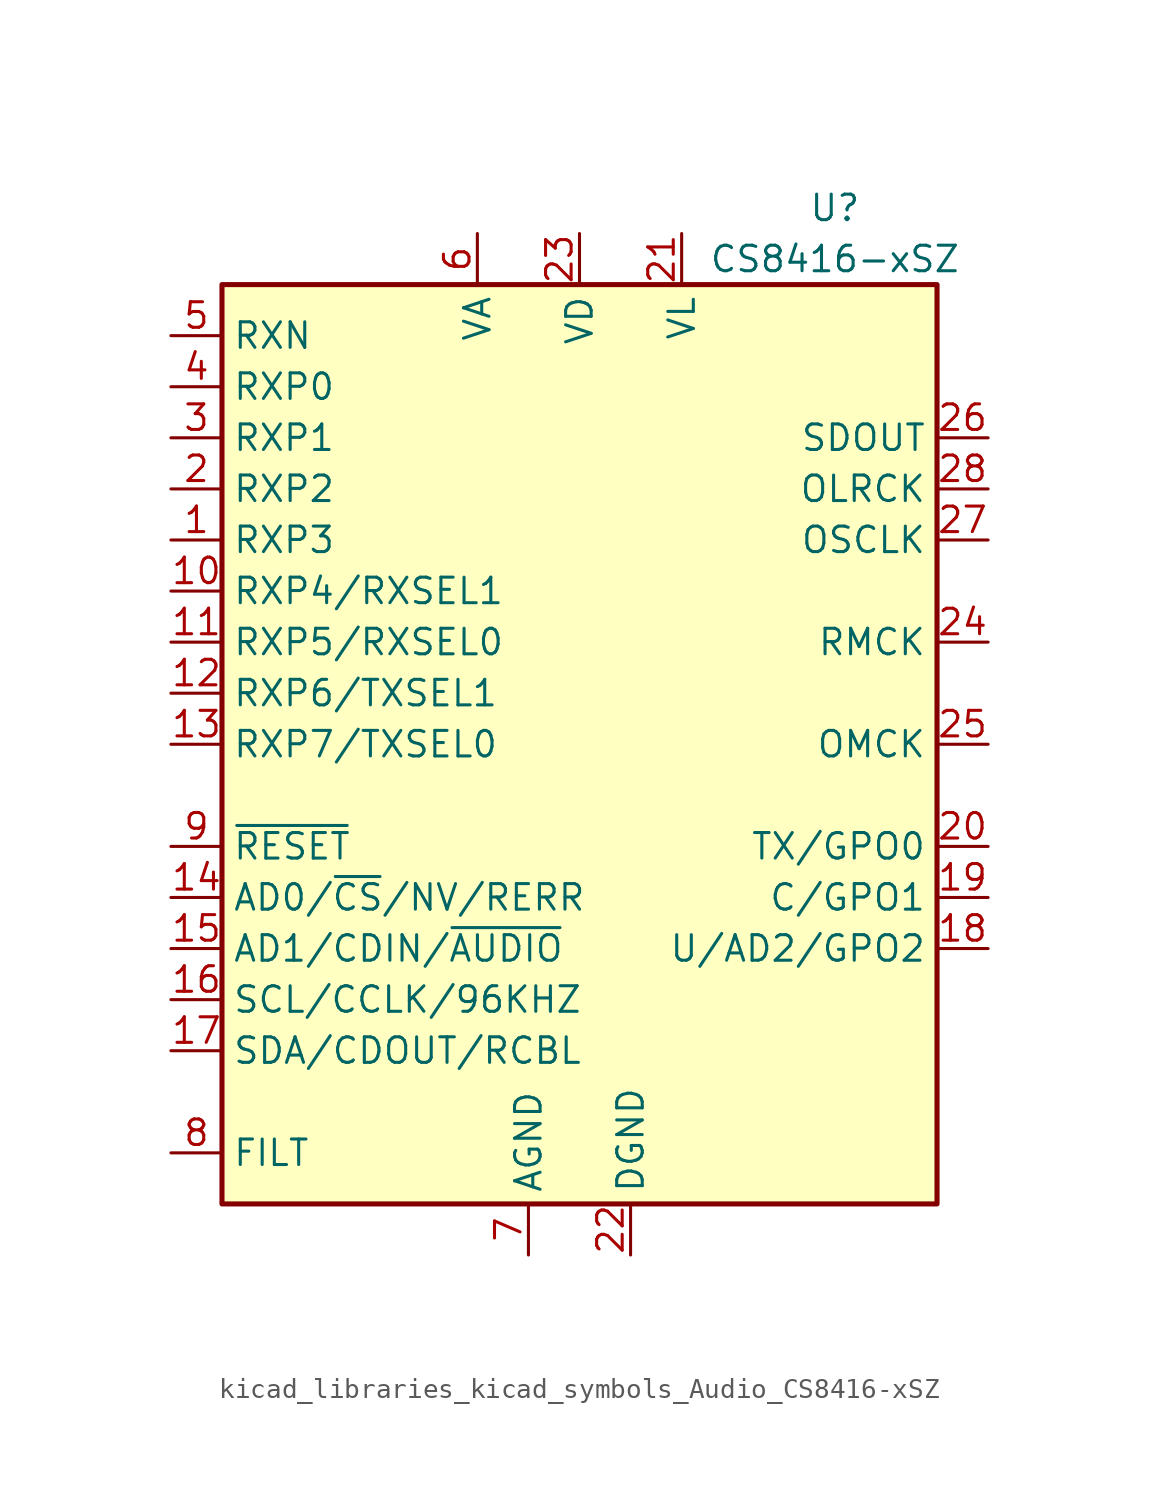
<source format=kicad_sym>
(kicad_symbol_lib
  (version 20220914)
  (generator kicad_symbol_editor)
  (symbol "kicad_libraries_kicad_symbols_Audio_CS8416-xSZ"
    (property "Reference" "U"
      (at 12.7 26.67 0)
      (effects (font (size 1.27 1.27))))
    (property "Value" "CS8416-xSZ"
      (at 12.7 24.13 0)
      (effects (font (size 1.27 1.27))))
    (symbol "kicad_libraries_kicad_symbols_Audio_CS8416-xSZ_0_1"
      (rectangle (start -17.78 22.86) (end 17.78 -22.86) (stroke (width 0.254) (type default)) (fill (type background))))
    (symbol "kicad_libraries_kicad_symbols_Audio_CS8416-xSZ_1_1"
      (pin input line (at -20.32 10.16 0) (length 2.54) (name "RXP3" (effects (font (size 1.27 1.27)))) (number "1" (effects (font (size 1.27 1.27)))))
      (pin input line (at -20.32 7.62 0) (length 2.54) (name "RXP4/RXSEL1" (effects (font (size 1.27 1.27)))) (number "10" (effects (font (size 1.27 1.27)))))
      (pin input line (at -20.32 5.08 0) (length 2.54) (name "RXP5/RXSEL0" (effects (font (size 1.27 1.27)))) (number "11" (effects (font (size 1.27 1.27)))))
      (pin input line (at -20.32 2.54 0) (length 2.54) (name "RXP6/TXSEL1" (effects (font (size 1.27 1.27)))) (number "12" (effects (font (size 1.27 1.27)))))
      (pin input line (at -20.32 0 0) (length 2.54) (name "RXP7/TXSEL0" (effects (font (size 1.27 1.27)))) (number "13" (effects (font (size 1.27 1.27)))))
      (pin input line (at -20.32 -7.62 0) (length 2.54) (name "AD0/~{CS}/NV/RERR" (effects (font (size 1.27 1.27)))) (number "14" (effects (font (size 1.27 1.27)))))
      (pin input line (at -20.32 -10.16 0) (length 2.54) (name "AD1/CDIN/~{AUDIO}" (effects (font (size 1.27 1.27)))) (number "15" (effects (font (size 1.27 1.27)))))
      (pin input line (at -20.32 -12.7 0) (length 2.54) (name "SCL/CCLK/96KHZ" (effects (font (size 1.27 1.27)))) (number "16" (effects (font (size 1.27 1.27)))))
      (pin bidirectional line (at -20.32 -15.24 0) (length 2.54) (name "SDA/CDOUT/RCBL" (effects (font (size 1.27 1.27)))) (number "17" (effects (font (size 1.27 1.27)))))
      (pin output line (at 20.32 -10.16 180) (length 2.54) (name "U/AD2/GPO2" (effects (font (size 1.27 1.27)))) (number "18" (effects (font (size 1.27 1.27)))))
      (pin output line (at 20.32 -7.62 180) (length 2.54) (name "C/GPO1" (effects (font (size 1.27 1.27)))) (number "19" (effects (font (size 1.27 1.27)))))
      (pin input line (at -20.32 12.7 0) (length 2.54) (name "RXP2" (effects (font (size 1.27 1.27)))) (number "2" (effects (font (size 1.27 1.27)))))
      (pin output line (at 20.32 -5.08 180) (length 2.54) (name "TX/GPO0" (effects (font (size 1.27 1.27)))) (number "20" (effects (font (size 1.27 1.27)))))
      (pin power_in line (at 5.08 25.4 270) (length 2.54) (name "VL" (effects (font (size 1.27 1.27)))) (number "21" (effects (font (size 1.27 1.27)))))
      (pin power_in line (at 2.54 -25.4 90) (length 2.54) (name "DGND" (effects (font (size 1.27 1.27)))) (number "22" (effects (font (size 1.27 1.27)))))
      (pin power_in line (at 0 25.4 270) (length 2.54) (name "VD" (effects (font (size 1.27 1.27)))) (number "23" (effects (font (size 1.27 1.27)))))
      (pin output line (at 20.32 5.08 180) (length 2.54) (name "RMCK" (effects (font (size 1.27 1.27)))) (number "24" (effects (font (size 1.27 1.27)))))
      (pin input line (at 20.32 0 180) (length 2.54) (name "OMCK" (effects (font (size 1.27 1.27)))) (number "25" (effects (font (size 1.27 1.27)))))
      (pin output line (at 20.32 15.24 180) (length 2.54) (name "SDOUT" (effects (font (size 1.27 1.27)))) (number "26" (effects (font (size 1.27 1.27)))))
      (pin bidirectional line (at 20.32 10.16 180) (length 2.54) (name "OSCLK" (effects (font (size 1.27 1.27)))) (number "27" (effects (font (size 1.27 1.27)))))
      (pin bidirectional line (at 20.32 12.7 180) (length 2.54) (name "OLRCK" (effects (font (size 1.27 1.27)))) (number "28" (effects (font (size 1.27 1.27)))))
      (pin input line (at -20.32 15.24 0) (length 2.54) (name "RXP1" (effects (font (size 1.27 1.27)))) (number "3" (effects (font (size 1.27 1.27)))))
      (pin input line (at -20.32 17.78 0) (length 2.54) (name "RXP0" (effects (font (size 1.27 1.27)))) (number "4" (effects (font (size 1.27 1.27)))))
      (pin input line (at -20.32 20.32 0) (length 2.54) (name "RXN" (effects (font (size 1.27 1.27)))) (number "5" (effects (font (size 1.27 1.27)))))
      (pin power_in line (at -5.08 25.4 270) (length 2.54) (name "VA" (effects (font (size 1.27 1.27)))) (number "6" (effects (font (size 1.27 1.27)))))
      (pin power_in line (at -2.54 -25.4 90) (length 2.54) (name "AGND" (effects (font (size 1.27 1.27)))) (number "7" (effects (font (size 1.27 1.27)))))
      (pin passive line (at -20.32 -20.32 0) (length 2.54) (name "FILT" (effects (font (size 1.27 1.27)))) (number "8" (effects (font (size 1.27 1.27)))))
      (pin input line (at -20.32 -5.08 0) (length 2.54) (name "~{RESET}" (effects (font (size 1.27 1.27)))) (number "9" (effects (font (size 1.27 1.27))))))))
</source>
